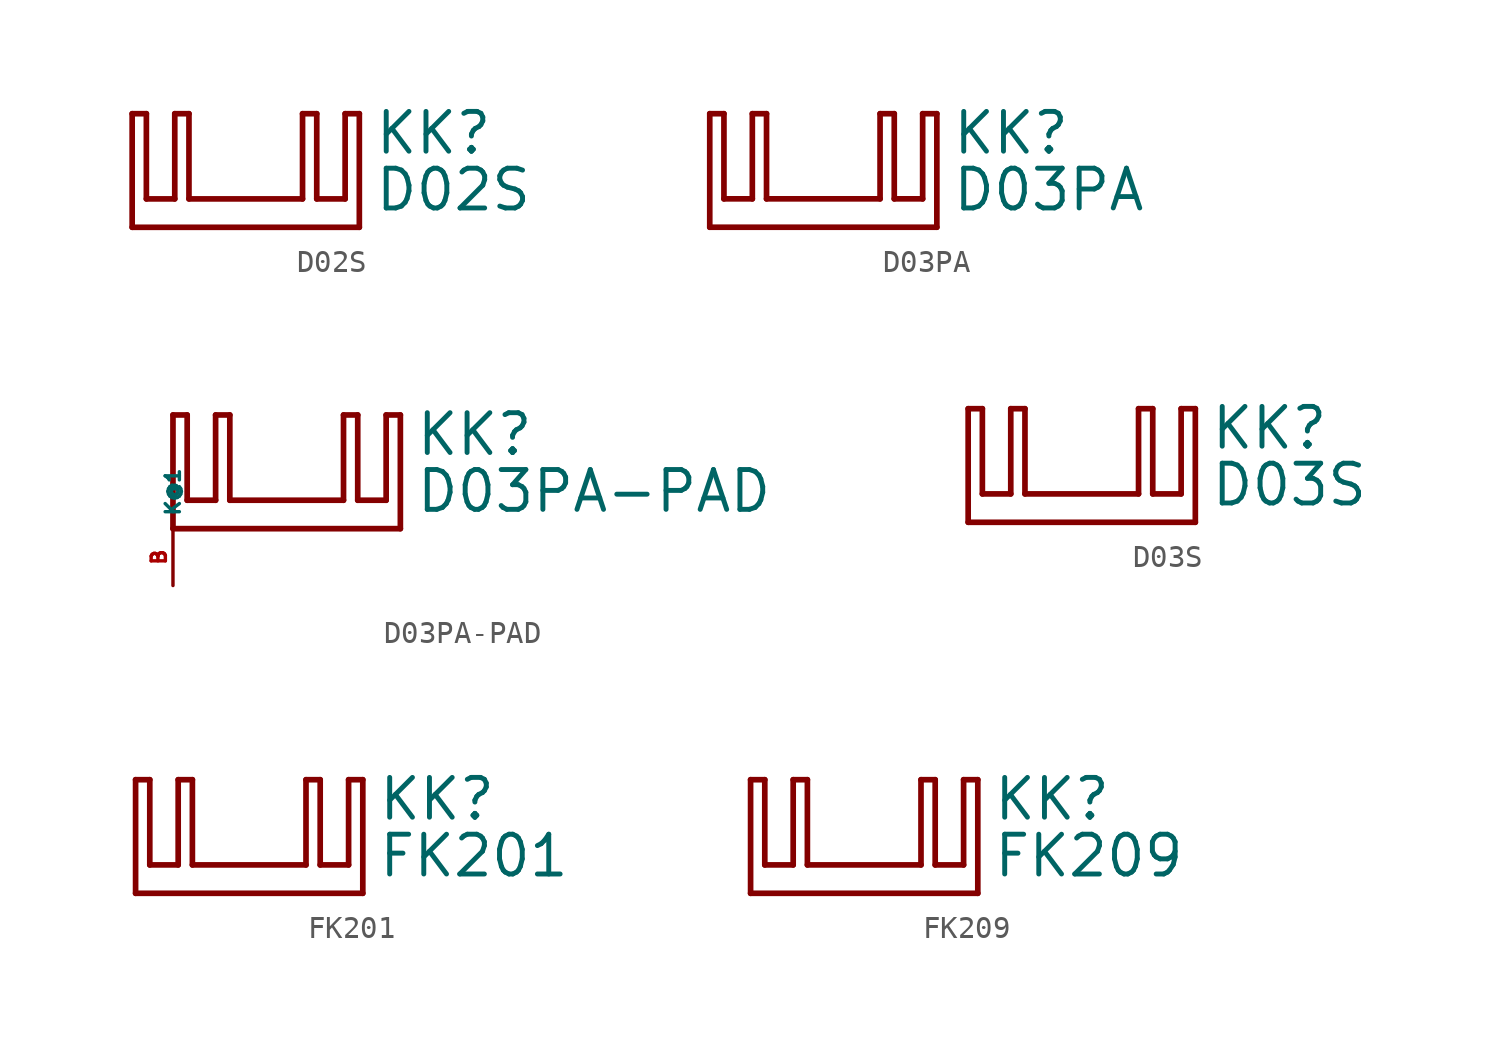
<source format=kicad_sym>
(kicad_symbol_lib
  (version 20220914)
  (generator Eagle2Kicad)
  (symbol "D02S"
    (property "Reference" "KK"
      (at 5.715 3.175 0)
      (effects (font (size 1.778 1.778) (thickness 0.22)) (justify left bottom)))
    (property "Value" "D02S"
      (at 5.715 0.635 0)
      (effects (font (size 1.778 1.778) (thickness 0.22)) (justify left bottom)))
    (polyline
      (pts (xy -5.08 0) (xy 5.08 0))
      (stroke (width 0.254) (type default))
      (fill (type none)))
    (polyline
      (pts (xy 5.08 0) (xy 5.08 5.08))
      (stroke (width 0.254) (type default))
      (fill (type none)))
    (polyline
      (pts (xy 5.08 5.08) (xy 4.445 5.08))
      (stroke (width 0.254) (type default))
      (fill (type none)))
    (polyline
      (pts (xy 4.445 5.08) (xy 4.445 1.27))
      (stroke (width 0.254) (type default))
      (fill (type none)))
    (polyline
      (pts (xy 4.445 1.27) (xy 3.175 1.27))
      (stroke (width 0.254) (type default))
      (fill (type none)))
    (polyline
      (pts (xy 3.175 1.27) (xy 3.175 5.08))
      (stroke (width 0.254) (type default))
      (fill (type none)))
    (polyline
      (pts (xy 3.175 5.08) (xy 2.54 5.08))
      (stroke (width 0.254) (type default))
      (fill (type none)))
    (polyline
      (pts (xy 2.54 5.08) (xy 2.54 1.27))
      (stroke (width 0.254) (type default))
      (fill (type none)))
    (polyline
      (pts (xy 2.54 1.27) (xy -2.54 1.27))
      (stroke (width 0.254) (type default))
      (fill (type none)))
    (polyline
      (pts (xy -2.54 1.27) (xy -2.54 5.08))
      (stroke (width 0.254) (type default))
      (fill (type none)))
    (polyline
      (pts (xy -2.54 5.08) (xy -3.175 5.08))
      (stroke (width 0.254) (type default))
      (fill (type none)))
    (polyline
      (pts (xy -3.175 5.08) (xy -3.175 1.27))
      (stroke (width 0.254) (type default))
      (fill (type none)))
    (polyline
      (pts (xy -3.175 1.27) (xy -4.445 1.27))
      (stroke (width 0.254) (type default))
      (fill (type none)))
    (polyline
      (pts (xy -4.445 1.27) (xy -4.445 5.08))
      (stroke (width 0.254) (type default))
      (fill (type none)))
    (polyline
      (pts (xy -4.445 5.08) (xy -5.08 5.08))
      (stroke (width 0.254) (type default))
      (fill (type none)))
    (polyline
      (pts (xy -5.08 5.08) (xy -5.08 0))
      (stroke (width 0.254) (type default))
      (fill (type none))))
  (symbol "D03PA"
    (property "Reference" "KK"
      (at 5.715 3.175 0)
      (effects (font (size 1.778 1.778) (thickness 0.22)) (justify left bottom)))
    (property "Value" "D03PA"
      (at 5.715 0.635 0)
      (effects (font (size 1.778 1.778) (thickness 0.22)) (justify left bottom)))
    (polyline
      (pts (xy -5.08 0) (xy 5.08 0))
      (stroke (width 0.254) (type default))
      (fill (type none)))
    (polyline
      (pts (xy 5.08 0) (xy 5.08 5.08))
      (stroke (width 0.254) (type default))
      (fill (type none)))
    (polyline
      (pts (xy 5.08 5.08) (xy 4.445 5.08))
      (stroke (width 0.254) (type default))
      (fill (type none)))
    (polyline
      (pts (xy 4.445 5.08) (xy 4.445 1.27))
      (stroke (width 0.254) (type default))
      (fill (type none)))
    (polyline
      (pts (xy 4.445 1.27) (xy 3.175 1.27))
      (stroke (width 0.254) (type default))
      (fill (type none)))
    (polyline
      (pts (xy 3.175 1.27) (xy 3.175 5.08))
      (stroke (width 0.254) (type default))
      (fill (type none)))
    (polyline
      (pts (xy 3.175 5.08) (xy 2.54 5.08))
      (stroke (width 0.254) (type default))
      (fill (type none)))
    (polyline
      (pts (xy 2.54 5.08) (xy 2.54 1.27))
      (stroke (width 0.254) (type default))
      (fill (type none)))
    (polyline
      (pts (xy 2.54 1.27) (xy -2.54 1.27))
      (stroke (width 0.254) (type default))
      (fill (type none)))
    (polyline
      (pts (xy -2.54 1.27) (xy -2.54 5.08))
      (stroke (width 0.254) (type default))
      (fill (type none)))
    (polyline
      (pts (xy -2.54 5.08) (xy -3.175 5.08))
      (stroke (width 0.254) (type default))
      (fill (type none)))
    (polyline
      (pts (xy -3.175 5.08) (xy -3.175 1.27))
      (stroke (width 0.254) (type default))
      (fill (type none)))
    (polyline
      (pts (xy -3.175 1.27) (xy -4.445 1.27))
      (stroke (width 0.254) (type default))
      (fill (type none)))
    (polyline
      (pts (xy -4.445 1.27) (xy -4.445 5.08))
      (stroke (width 0.254) (type default))
      (fill (type none)))
    (polyline
      (pts (xy -4.445 5.08) (xy -5.08 5.08))
      (stroke (width 0.254) (type default))
      (fill (type none)))
    (polyline
      (pts (xy -5.08 5.08) (xy -5.08 0))
      (stroke (width 0.254) (type default))
      (fill (type none))))
  (symbol "D03PA-PAD"
    (property "Reference" "KK"
      (at 5.715 3.175 0)
      (effects (font (size 1.778 1.778) (thickness 0.22)) (justify left bottom)))
    (property "Value" "D03PA-PAD"
      (at 5.715 0.635 0)
      (effects (font (size 1.778 1.778) (thickness 0.22)) (justify left bottom)))
    (polyline
      (pts (xy -5.08 0) (xy 5.08 0))
      (stroke (width 0.254) (type default))
      (fill (type none)))
    (polyline
      (pts (xy 5.08 0) (xy 5.08 5.08))
      (stroke (width 0.254) (type default))
      (fill (type none)))
    (polyline
      (pts (xy 5.08 5.08) (xy 4.445 5.08))
      (stroke (width 0.254) (type default))
      (fill (type none)))
    (polyline
      (pts (xy 4.445 5.08) (xy 4.445 1.27))
      (stroke (width 0.254) (type default))
      (fill (type none)))
    (polyline
      (pts (xy 4.445 1.27) (xy 3.175 1.27))
      (stroke (width 0.254) (type default))
      (fill (type none)))
    (polyline
      (pts (xy 3.175 1.27) (xy 3.175 5.08))
      (stroke (width 0.254) (type default))
      (fill (type none)))
    (polyline
      (pts (xy 3.175 5.08) (xy 2.54 5.08))
      (stroke (width 0.254) (type default))
      (fill (type none)))
    (polyline
      (pts (xy 2.54 5.08) (xy 2.54 1.27))
      (stroke (width 0.254) (type default))
      (fill (type none)))
    (polyline
      (pts (xy 2.54 1.27) (xy -2.54 1.27))
      (stroke (width 0.254) (type default))
      (fill (type none)))
    (polyline
      (pts (xy -2.54 1.27) (xy -2.54 5.08))
      (stroke (width 0.254) (type default))
      (fill (type none)))
    (polyline
      (pts (xy -2.54 5.08) (xy -3.175 5.08))
      (stroke (width 0.254) (type default))
      (fill (type none)))
    (polyline
      (pts (xy -3.175 5.08) (xy -3.175 1.27))
      (stroke (width 0.254) (type default))
      (fill (type none)))
    (polyline
      (pts (xy -3.175 1.27) (xy -4.445 1.27))
      (stroke (width 0.254) (type default))
      (fill (type none)))
    (polyline
      (pts (xy -4.445 1.27) (xy -4.445 5.08))
      (stroke (width 0.254) (type default))
      (fill (type none)))
    (polyline
      (pts (xy -4.445 5.08) (xy -5.08 5.08))
      (stroke (width 0.254) (type default))
      (fill (type none)))
    (polyline
      (pts (xy -5.08 5.08) (xy -5.08 0))
      (stroke (width 0.254) (type default))
      (fill (type none)))
    (pin passive line
      (at -5.08 -2.54 90)
      (length 2.54)
      (name "K@1" (effects (font (size 0.635 0.635) (thickness 0.08)) (justify left bottom)))
      (number "B" (effects (font (size 0.635 0.635) (thickness 0.08)) (justify left bottom)))))
  (symbol "D03S"
    (property "Reference" "KK"
      (at 5.715 3.175 0)
      (effects (font (size 1.778 1.778) (thickness 0.22)) (justify left bottom)))
    (property "Value" "D03S"
      (at 5.715 0.635 0)
      (effects (font (size 1.778 1.778) (thickness 0.22)) (justify left bottom)))
    (polyline
      (pts (xy -5.08 0) (xy 5.08 0))
      (stroke (width 0.254) (type default))
      (fill (type none)))
    (polyline
      (pts (xy 5.08 0) (xy 5.08 5.08))
      (stroke (width 0.254) (type default))
      (fill (type none)))
    (polyline
      (pts (xy 5.08 5.08) (xy 4.445 5.08))
      (stroke (width 0.254) (type default))
      (fill (type none)))
    (polyline
      (pts (xy 4.445 5.08) (xy 4.445 1.27))
      (stroke (width 0.254) (type default))
      (fill (type none)))
    (polyline
      (pts (xy 4.445 1.27) (xy 3.175 1.27))
      (stroke (width 0.254) (type default))
      (fill (type none)))
    (polyline
      (pts (xy 3.175 1.27) (xy 3.175 5.08))
      (stroke (width 0.254) (type default))
      (fill (type none)))
    (polyline
      (pts (xy 3.175 5.08) (xy 2.54 5.08))
      (stroke (width 0.254) (type default))
      (fill (type none)))
    (polyline
      (pts (xy 2.54 5.08) (xy 2.54 1.27))
      (stroke (width 0.254) (type default))
      (fill (type none)))
    (polyline
      (pts (xy 2.54 1.27) (xy -2.54 1.27))
      (stroke (width 0.254) (type default))
      (fill (type none)))
    (polyline
      (pts (xy -2.54 1.27) (xy -2.54 5.08))
      (stroke (width 0.254) (type default))
      (fill (type none)))
    (polyline
      (pts (xy -2.54 5.08) (xy -3.175 5.08))
      (stroke (width 0.254) (type default))
      (fill (type none)))
    (polyline
      (pts (xy -3.175 5.08) (xy -3.175 1.27))
      (stroke (width 0.254) (type default))
      (fill (type none)))
    (polyline
      (pts (xy -3.175 1.27) (xy -4.445 1.27))
      (stroke (width 0.254) (type default))
      (fill (type none)))
    (polyline
      (pts (xy -4.445 1.27) (xy -4.445 5.08))
      (stroke (width 0.254) (type default))
      (fill (type none)))
    (polyline
      (pts (xy -4.445 5.08) (xy -5.08 5.08))
      (stroke (width 0.254) (type default))
      (fill (type none)))
    (polyline
      (pts (xy -5.08 5.08) (xy -5.08 0))
      (stroke (width 0.254) (type default))
      (fill (type none))))
  (symbol "FK201"
    (property "Reference" "KK"
      (at 5.715 3.175 0)
      (effects (font (size 1.778 1.778) (thickness 0.22)) (justify left bottom)))
    (property "Value" "FK201"
      (at 5.715 0.635 0)
      (effects (font (size 1.778 1.778) (thickness 0.22)) (justify left bottom)))
    (polyline
      (pts (xy -5.08 0) (xy 5.08 0))
      (stroke (width 0.254) (type default))
      (fill (type none)))
    (polyline
      (pts (xy 5.08 0) (xy 5.08 5.08))
      (stroke (width 0.254) (type default))
      (fill (type none)))
    (polyline
      (pts (xy 5.08 5.08) (xy 4.445 5.08))
      (stroke (width 0.254) (type default))
      (fill (type none)))
    (polyline
      (pts (xy 4.445 5.08) (xy 4.445 1.27))
      (stroke (width 0.254) (type default))
      (fill (type none)))
    (polyline
      (pts (xy 4.445 1.27) (xy 3.175 1.27))
      (stroke (width 0.254) (type default))
      (fill (type none)))
    (polyline
      (pts (xy 3.175 1.27) (xy 3.175 5.08))
      (stroke (width 0.254) (type default))
      (fill (type none)))
    (polyline
      (pts (xy 3.175 5.08) (xy 2.54 5.08))
      (stroke (width 0.254) (type default))
      (fill (type none)))
    (polyline
      (pts (xy 2.54 5.08) (xy 2.54 1.27))
      (stroke (width 0.254) (type default))
      (fill (type none)))
    (polyline
      (pts (xy 2.54 1.27) (xy -2.54 1.27))
      (stroke (width 0.254) (type default))
      (fill (type none)))
    (polyline
      (pts (xy -2.54 1.27) (xy -2.54 5.08))
      (stroke (width 0.254) (type default))
      (fill (type none)))
    (polyline
      (pts (xy -2.54 5.08) (xy -3.175 5.08))
      (stroke (width 0.254) (type default))
      (fill (type none)))
    (polyline
      (pts (xy -3.175 5.08) (xy -3.175 1.27))
      (stroke (width 0.254) (type default))
      (fill (type none)))
    (polyline
      (pts (xy -3.175 1.27) (xy -4.445 1.27))
      (stroke (width 0.254) (type default))
      (fill (type none)))
    (polyline
      (pts (xy -4.445 1.27) (xy -4.445 5.08))
      (stroke (width 0.254) (type default))
      (fill (type none)))
    (polyline
      (pts (xy -4.445 5.08) (xy -5.08 5.08))
      (stroke (width 0.254) (type default))
      (fill (type none)))
    (polyline
      (pts (xy -5.08 5.08) (xy -5.08 0))
      (stroke (width 0.254) (type default))
      (fill (type none))))
  (symbol "FK209"
    (property "Reference" "KK"
      (at 5.715 3.175 0)
      (effects (font (size 1.778 1.778) (thickness 0.22)) (justify left bottom)))
    (property "Value" "FK209"
      (at 5.715 0.635 0)
      (effects (font (size 1.778 1.778) (thickness 0.22)) (justify left bottom)))
    (polyline
      (pts (xy -5.08 0) (xy 5.08 0))
      (stroke (width 0.254) (type default))
      (fill (type none)))
    (polyline
      (pts (xy 5.08 0) (xy 5.08 5.08))
      (stroke (width 0.254) (type default))
      (fill (type none)))
    (polyline
      (pts (xy 5.08 5.08) (xy 4.445 5.08))
      (stroke (width 0.254) (type default))
      (fill (type none)))
    (polyline
      (pts (xy 4.445 5.08) (xy 4.445 1.27))
      (stroke (width 0.254) (type default))
      (fill (type none)))
    (polyline
      (pts (xy 4.445 1.27) (xy 3.175 1.27))
      (stroke (width 0.254) (type default))
      (fill (type none)))
    (polyline
      (pts (xy 3.175 1.27) (xy 3.175 5.08))
      (stroke (width 0.254) (type default))
      (fill (type none)))
    (polyline
      (pts (xy 3.175 5.08) (xy 2.54 5.08))
      (stroke (width 0.254) (type default))
      (fill (type none)))
    (polyline
      (pts (xy 2.54 5.08) (xy 2.54 1.27))
      (stroke (width 0.254) (type default))
      (fill (type none)))
    (polyline
      (pts (xy 2.54 1.27) (xy -2.54 1.27))
      (stroke (width 0.254) (type default))
      (fill (type none)))
    (polyline
      (pts (xy -2.54 1.27) (xy -2.54 5.08))
      (stroke (width 0.254) (type default))
      (fill (type none)))
    (polyline
      (pts (xy -2.54 5.08) (xy -3.175 5.08))
      (stroke (width 0.254) (type default))
      (fill (type none)))
    (polyline
      (pts (xy -3.175 5.08) (xy -3.175 1.27))
      (stroke (width 0.254) (type default))
      (fill (type none)))
    (polyline
      (pts (xy -3.175 1.27) (xy -4.445 1.27))
      (stroke (width 0.254) (type default))
      (fill (type none)))
    (polyline
      (pts (xy -4.445 1.27) (xy -4.445 5.08))
      (stroke (width 0.254) (type default))
      (fill (type none)))
    (polyline
      (pts (xy -4.445 5.08) (xy -5.08 5.08))
      (stroke (width 0.254) (type default))
      (fill (type none)))
    (polyline
      (pts (xy -5.08 5.08) (xy -5.08 0))
      (stroke (width 0.254) (type default))
      (fill (type none)))))
</source>
